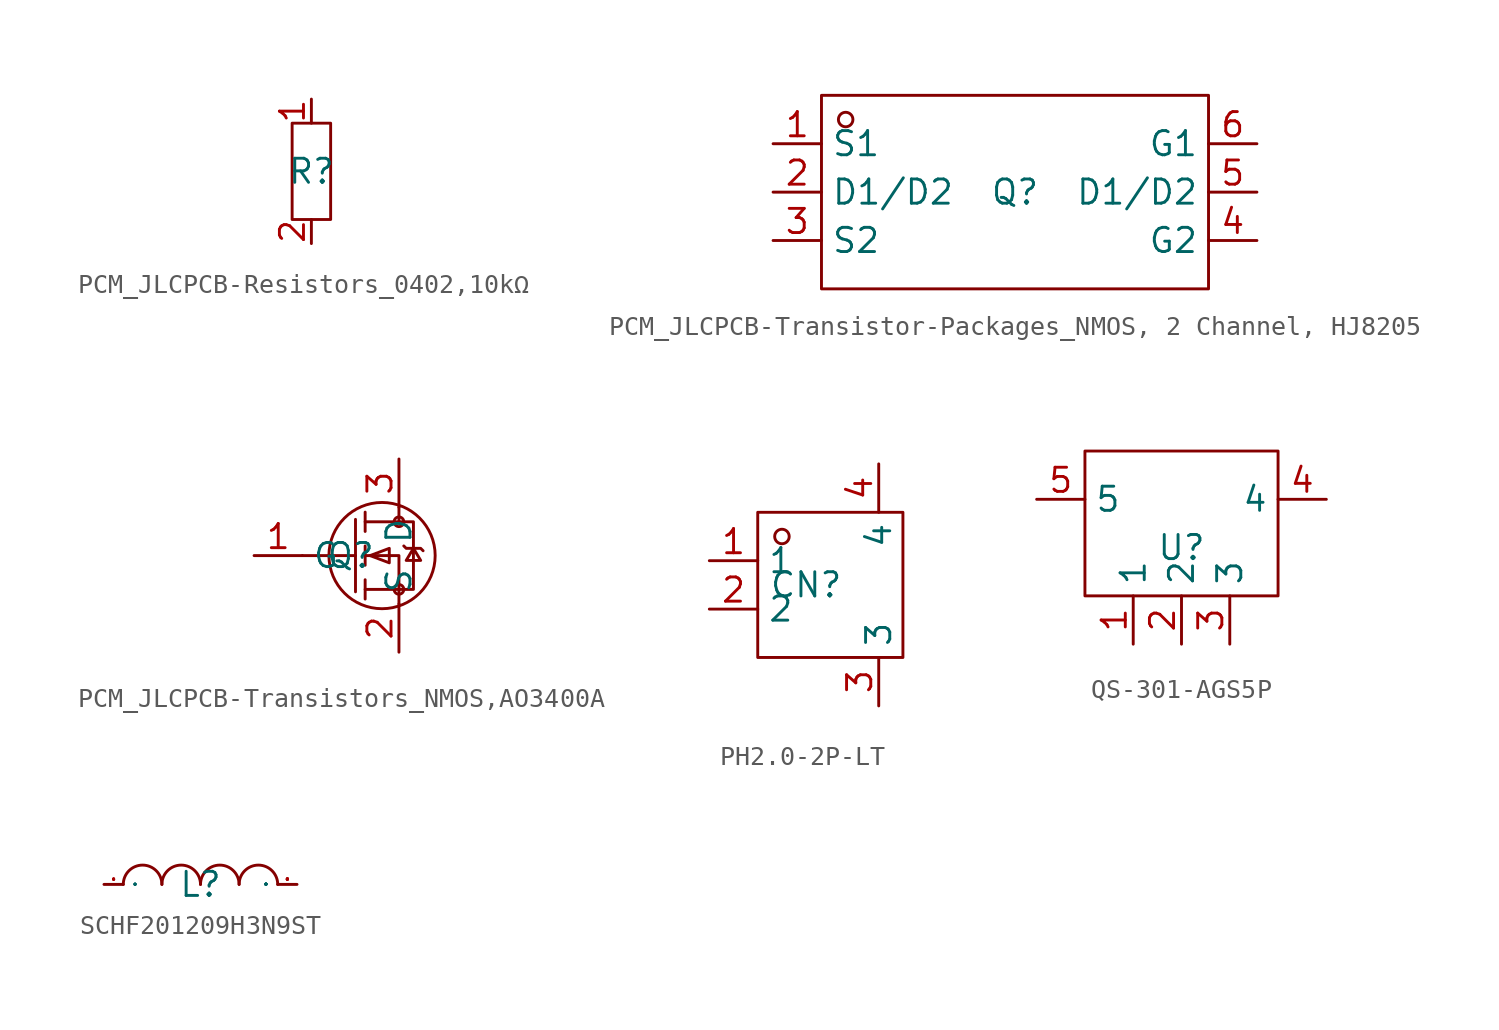
<source format=kicad_sym>
(kicad_symbol_lib
  (version 20241209)
  (generator "kicad_symbol_editor")
  (generator_version "9.0")
  (symbol "PCM_JLCPCB-Resistors_0402,10kΩ"
    (property "Reference" "R"
      (at 0 0 0)
      (effects (font (size 1.27 1.27))))
    (symbol "PCM_JLCPCB-Resistors_0402,10kΩ_1_0"
      (rectangle (start -1.016 2.54) (end 1.016 -2.54) (stroke (width 0) (type default)) (fill (type none)))
      (pin unspecified line (at 0 3.81 270) (length 1.27) (name "~" (effects (font (size 1.27 1.27)))) (number "1" (effects (font (size 1.27 1.27)))))
      (pin unspecified line (at 0 -3.81 90) (length 1.27) (name "~" (effects (font (size 1.27 1.27)))) (number "2" (effects (font (size 1.27 1.27)))))))
  (symbol "PCM_JLCPCB-Transistor-Packages_NMOS, 2 Channel, HJ8205"
    (property "Reference" "Q"
      (at 0 0 0)
      (effects (font (size 1.27 1.27))))
    (symbol "PCM_JLCPCB-Transistor-Packages_NMOS, 2 Channel, HJ8205_1_0"
      (rectangle (start -10.16 5.08) (end 10.16 -5.08) (stroke (width 0) (type default)) (fill (type none)))
      (circle (center -8.89 3.81) (radius 0.381) (stroke (width 0) (type default)) (fill (type none)))
      (pin unspecified line (at -12.7 2.54 0) (length 2.54) (name "S1" (effects (font (size 1.27 1.27)))) (number "1" (effects (font (size 1.27 1.27)))))
      (pin unspecified line (at -12.7 0 0) (length 2.54) (name "D1/D2" (effects (font (size 1.27 1.27)))) (number "2" (effects (font (size 1.27 1.27)))))
      (pin unspecified line (at -12.7 -2.54 0) (length 2.54) (name "S2" (effects (font (size 1.27 1.27)))) (number "3" (effects (font (size 1.27 1.27)))))
      (pin unspecified line (at 12.7 2.54 180) (length 2.54) (name "G1" (effects (font (size 1.27 1.27)))) (number "6" (effects (font (size 1.27 1.27)))))
      (pin unspecified line (at 12.7 0 180) (length 2.54) (name "D1/D2" (effects (font (size 1.27 1.27)))) (number "5" (effects (font (size 1.27 1.27)))))
      (pin unspecified line (at 12.7 -2.54 180) (length 2.54) (name "G2" (effects (font (size 1.27 1.27)))) (number "4" (effects (font (size 1.27 1.27)))))))
  (symbol "PCM_JLCPCB-Transistors_NMOS,AO3400A"
    (property "Reference" "Q"
      (at 0 0 0)
      (effects (font (size 1.27 1.27))))
    (symbol "PCM_JLCPCB-Transistors_NMOS,AO3400A_1_0"
      (polyline (pts (xy 0.254 1.905) (xy 0.254 -1.905)) (stroke (width 0) (type default)) (fill (type none)))
      (polyline (pts (xy 0.254 0) (xy -2.54 0)) (stroke (width 0) (type default)) (fill (type none)))
      (polyline (pts (xy 0.762 2.286) (xy 0.762 1.27)) (stroke (width 0) (type default)) (fill (type none)))
      (polyline (pts (xy 0.762 0.508) (xy 0.762 -0.508)) (stroke (width 0) (type default)) (fill (type none)))
      (polyline (pts (xy 0.762 -1.27) (xy 0.762 -2.286)) (stroke (width 0) (type default)) (fill (type none)))
      (polyline (pts (xy 0.762 -1.778) (xy 3.302 -1.778) (xy 3.302 -1.778) (xy 3.302 1.778) (xy 3.302 1.778) (xy 0.762 1.778)) (stroke (width 0) (type default)) (fill (type none)))
      (polyline (pts (xy 1.016 0) (xy 2.032 0.381) (xy 2.032 0.381) (xy 2.032 -0.381) (xy 2.032 -0.381) (xy 1.016 0)) (stroke (width 0) (type default)) (fill (type none)))
      (circle (center 1.651 0) (radius 2.794) (stroke (width 0) (type default)) (fill (type none)))
      (polyline (pts (xy 2.54 2.54) (xy 2.54 1.778)) (stroke (width 0) (type default)) (fill (type none)))
      (circle (center 2.54 1.778) (radius 0.254) (stroke (width 0) (type default)) (fill (type none)))
      (circle (center 2.54 -1.778) (radius 0.254) (stroke (width 0) (type default)) (fill (type none)))
      (polyline (pts (xy 2.54 -2.54) (xy 2.54 0) (xy 2.54 0) (xy 0.762 0)) (stroke (width 0) (type default)) (fill (type none)))
      (polyline (pts (xy 2.794 0.508) (xy 2.921 0.381) (xy 2.921 0.381) (xy 3.683 0.381) (xy 3.683 0.381) (xy 3.81 0.254)) (stroke (width 0) (type default)) (fill (type none)))
      (polyline (pts (xy 3.302 0.381) (xy 2.921 -0.254) (xy 2.921 -0.254) (xy 3.683 -0.254) (xy 3.683 -0.254) (xy 3.302 0.381)) (stroke (width 0) (type default)) (fill (type none)))
      (pin input line (at -5.08 0 0) (length 2.54) (name "G" (effects (font (size 1.27 1.27)))) (number "1" (effects (font (size 1.27 1.27)))))
      (pin unspecified line (at 2.54 5.08 270) (length 2.54) (name "D" (effects (font (size 1.27 1.27)))) (number "3" (effects (font (size 1.27 1.27)))))
      (pin unspecified line (at 2.54 -5.08 90) (length 2.54) (name "S" (effects (font (size 1.27 1.27)))) (number "2" (effects (font (size 1.27 1.27)))))))
  (symbol "PH2.0-2P-LT"
    (property "Reference" "CN"
      (at 0 0 0)
      (effects (font (size 1.27 1.27))))
    (property "Value" ""
      (at 0 0 0)
      (effects (font (size 1.27 1.27))))
    (symbol "PH2.0-2P-LT_1_0"
      (rectangle (start -2.54 -3.81) (end 5.08 3.81) (stroke (width 0) (type default)) (fill (type none)))
      (circle (center -1.27 2.54) (radius 0.381) (stroke (width 0) (type default)) (fill (type none)))
      (pin input line (at -5.08 1.27 0) (length 2.54) (name "1" (effects (font (size 1.27 1.27)))) (number "1" (effects (font (size 1.27 1.27)))))
      (pin input line (at -5.08 -1.27 0) (length 2.54) (name "2" (effects (font (size 1.27 1.27)))) (number "2" (effects (font (size 1.27 1.27)))))
      (pin input line (at 3.81 6.35 270) (length 2.54) (name "4" (effects (font (size 1.27 1.27)))) (number "4" (effects (font (size 1.27 1.27)))))
      (pin input line (at 3.81 -6.35 90) (length 2.54) (name "3" (effects (font (size 1.27 1.27)))) (number "3" (effects (font (size 1.27 1.27)))))))
  (symbol "QS-301-AGS5P"
    (property "Reference" "U"
      (at 0 0 0)
      (effects (font (size 1.27 1.27))))
    (property "Value" ""
      (at 0 0 0)
      (effects (font (size 1.27 1.27))))
    (symbol "QS-301-AGS5P_1_0"
      (rectangle (start -5.08 -2.54) (end 5.08 5.08) (stroke (width 0) (type default)) (fill (type none)))
      (pin unspecified line (at -7.62 2.54 0) (length 2.54) (name "5" (effects (font (size 1.27 1.27)))) (number "5" (effects (font (size 1.27 1.27)))))
      (pin unspecified line (at -2.54 -5.08 90) (length 2.54) (name "1" (effects (font (size 1.27 1.27)))) (number "1" (effects (font (size 1.27 1.27)))))
      (pin unspecified line (at 0 -5.08 90) (length 2.54) (name "2" (effects (font (size 1.27 1.27)))) (number "2" (effects (font (size 1.27 1.27)))))
      (pin unspecified line (at 2.54 -5.08 90) (length 2.54) (name "3" (effects (font (size 1.27 1.27)))) (number "3" (effects (font (size 1.27 1.27)))))
      (pin unspecified line (at 7.62 2.54 180) (length 2.54) (name "4" (effects (font (size 1.27 1.27)))) (number "4" (effects (font (size 1.27 1.27)))))))
  (symbol "SCHF201209H3N9ST"
    (property "Reference" "L"
      (at 0 0 0)
      (effects (font (size 1.27 1.27))))
    (symbol "SCHF201209H3N9ST_1_0"
      (arc (start -4.064 0) (mid -3.0226 1.016) (end -2.032 0) (stroke (width 0) (type default)) (fill (type none)))
      (arc (start -2.032 0) (mid -0.9906 1.016) (end 0 0) (stroke (width 0) (type default)) (fill (type none)))
      (arc (start 0 0) (mid 1.016 1.016) (end 2.032 0) (stroke (width 0) (type default)) (fill (type none)))
      (arc (start 2.032 0) (mid 3.048 1.016) (end 4.064 0) (stroke (width 0) (type default)) (fill (type none)))
      (pin input line (at -5.08 0 0) (length 1.016) (name "1" (effects (font (size 0.025 0.025)))) (number "1" (effects (font (size 0.025 0.025)))))
      (pin input line (at 5.08 0 180) (length 1.016) (name "2" (effects (font (size 0.025 0.025)))) (number "2" (effects (font (size 0.025 0.025))))))))
</source>
